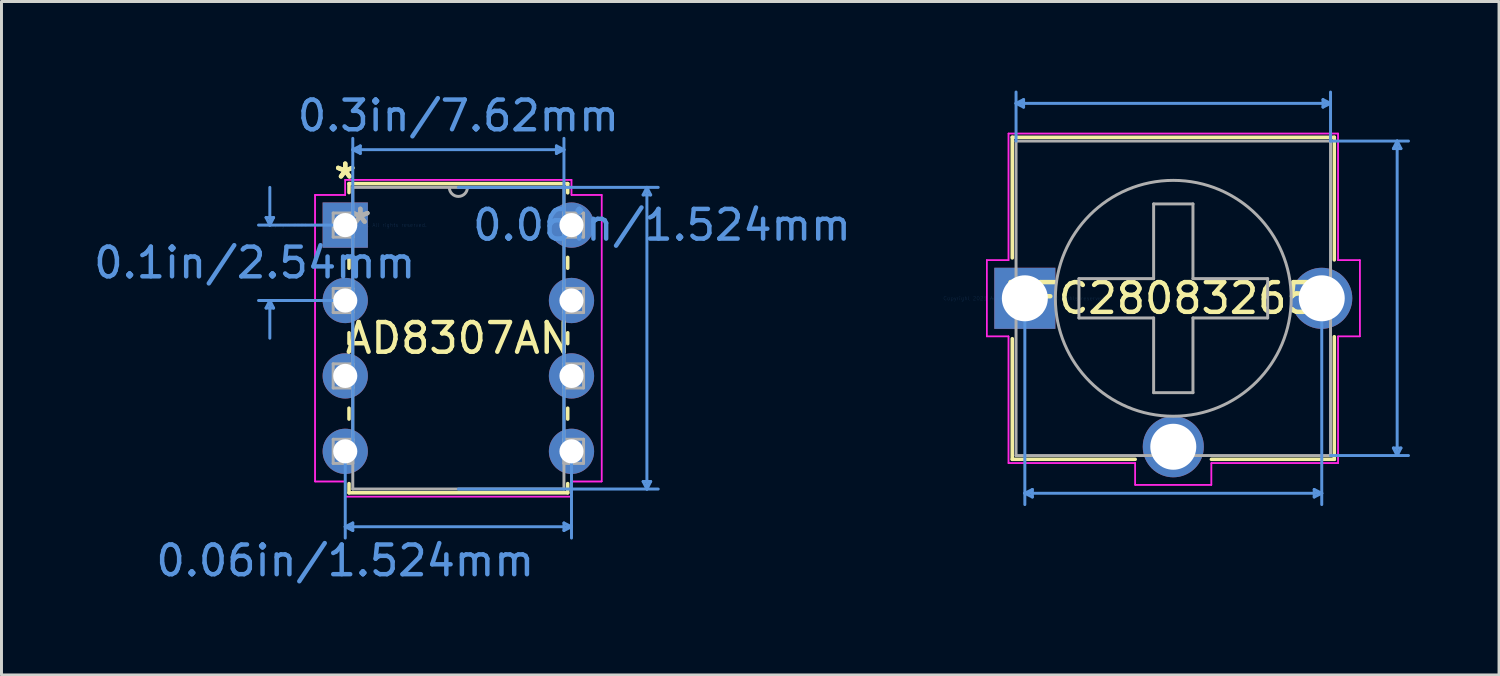
<source format=kicad_pcb>
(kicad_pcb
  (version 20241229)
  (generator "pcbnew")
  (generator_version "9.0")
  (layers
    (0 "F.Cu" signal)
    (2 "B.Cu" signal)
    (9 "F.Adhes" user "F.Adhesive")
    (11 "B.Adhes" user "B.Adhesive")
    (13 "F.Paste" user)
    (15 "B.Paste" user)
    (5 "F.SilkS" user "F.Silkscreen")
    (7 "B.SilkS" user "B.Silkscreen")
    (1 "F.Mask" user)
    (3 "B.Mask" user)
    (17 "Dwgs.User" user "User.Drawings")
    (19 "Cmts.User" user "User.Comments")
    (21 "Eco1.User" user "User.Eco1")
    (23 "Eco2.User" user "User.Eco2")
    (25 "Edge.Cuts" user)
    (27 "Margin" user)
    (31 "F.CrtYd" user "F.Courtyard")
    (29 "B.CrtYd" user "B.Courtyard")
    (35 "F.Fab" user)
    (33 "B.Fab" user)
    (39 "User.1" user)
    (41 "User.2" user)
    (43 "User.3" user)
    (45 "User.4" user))
  (footprint "BFC280832659"
    (layer "F.Cu")
    (at 31.467 6.997)
    (property "Reference" "BFC280832659" (at 5 0 0) (layer "F.SilkS") (effects (font (size 1 1) (thickness 0.15))))
    (attr through_hole)
    (fp_line (start -0.423 -5.423) (end -0.423 -1.361) (stroke (width 0.12) (type solid)) (layer "F.SilkS"))
    (fp_line (start -0.423 1.361) (end -0.423 5.423) (stroke (width 0.12) (type solid)) (layer "F.SilkS"))
    (fp_line (start -0.423 5.423) (end 3.717 5.423) (stroke (width 0.12) (type solid)) (layer "F.SilkS"))
    (fp_line (start 10.423 -5.423) (end -0.423 -5.423) (stroke (width 0.12) (type solid)) (layer "F.SilkS"))
    (fp_line (start 10.423 -1.294) (end 10.423 -5.423) (stroke (width 0.12) (type solid)) (layer "F.SilkS"))
    (fp_line (start 10.423 5.423) (end 6.283 5.423) (stroke (width 0.12) (type solid)) (layer "F.SilkS"))
    (fp_line (start 10.423 5.423) (end 10.423 1.294) (stroke (width 0.12) (type solid)) (layer "F.SilkS"))
    (fp_line (start -0.296 -6.566) (end -0.042 -6.693) (stroke (width 0.1) (type solid)) (layer "Cmts.User"))
    (fp_line (start -0.296 -6.566) (end -0.042 -6.439) (stroke (width 0.1) (type solid)) (layer "Cmts.User"))
    (fp_line (start -0.296 -6.566) (end 10.296 -6.566) (stroke (width 0.1) (type solid)) (layer "Cmts.User"))
    (fp_line (start -0.296 -5.296) (end -0.296 -6.947) (stroke (width 0.1) (type solid)) (layer "Cmts.User"))
    (fp_line (start -0.042 -6.693) (end -0.042 -6.439) (stroke (width 0.1) (type solid)) (layer "Cmts.User"))
    (fp_line (start 0 0) (end 0 6.947) (stroke (width 0.1) (type solid)) (layer "Cmts.User"))
    (fp_line (start 0 6.566) (end 0.254 6.439) (stroke (width 0.1) (type solid)) (layer "Cmts.User"))
    (fp_line (start 0 6.566) (end 0.254 6.693) (stroke (width 0.1) (type solid)) (layer "Cmts.User"))
    (fp_line (start 0 6.566) (end 10 6.566) (stroke (width 0.1) (type solid)) (layer "Cmts.User"))
    (fp_line (start 0.254 6.439) (end 0.254 6.693) (stroke (width 0.1) (type solid)) (layer "Cmts.User"))
    (fp_line (start 9.746 6.439) (end 9.746 6.693) (stroke (width 0.1) (type solid)) (layer "Cmts.User"))
    (fp_line (start 10 0) (end 10 6.947) (stroke (width 0.1) (type solid)) (layer "Cmts.User"))
    (fp_line (start 10 6.566) (end 9.746 6.439) (stroke (width 0.1) (type solid)) (layer "Cmts.User"))
    (fp_line (start 10 6.566) (end 9.746 6.693) (stroke (width 0.1) (type solid)) (layer "Cmts.User"))
    (fp_line (start 10.042 -6.693) (end 10.042 -6.439) (stroke (width 0.1) (type solid)) (layer "Cmts.User"))
    (fp_line (start 10.296 -6.566) (end 10.042 -6.693) (stroke (width 0.1) (type solid)) (layer "Cmts.User"))
    (fp_line (start 10.296 -6.566) (end 10.042 -6.439) (stroke (width 0.1) (type solid)) (layer "Cmts.User"))
    (fp_line (start 10.296 -5.296) (end 10.296 -6.947) (stroke (width 0.1) (type solid)) (layer "Cmts.User"))
    (fp_line (start 10.296 -5.296) (end 12.921 -5.296) (stroke (width 0.1) (type solid)) (layer "Cmts.User"))
    (fp_line (start 10.296 5.296) (end 12.921 5.296) (stroke (width 0.1) (type solid)) (layer "Cmts.User"))
    (fp_line (start 12.413 -5.042) (end 12.667 -5.042) (stroke (width 0.1) (type solid)) (layer "Cmts.User"))
    (fp_line (start 12.413 5.042) (end 12.667 5.042) (stroke (width 0.1) (type solid)) (layer "Cmts.User"))
    (fp_line (start 12.54 -5.296) (end 12.413 -5.042) (stroke (width 0.1) (type solid)) (layer "Cmts.User"))
    (fp_line (start 12.54 -5.296) (end 12.54 5.296) (stroke (width 0.1) (type solid)) (layer "Cmts.User"))
    (fp_line (start 12.54 -5.296) (end 12.667 -5.042) (stroke (width 0.1) (type solid)) (layer "Cmts.User"))
    (fp_line (start 12.54 5.296) (end 12.413 5.042) (stroke (width 0.1) (type solid)) (layer "Cmts.User"))
    (fp_line (start 12.54 5.296) (end 12.667 5.042) (stroke (width 0.1) (type solid)) (layer "Cmts.User"))
    (fp_line (start -1.283 -1.283) (end -1.283 1.283) (stroke (width 0.05) (type solid)) (layer "F.CrtYd"))
    (fp_line (start -1.283 -1.283) (end -1.283 1.283) (stroke (width 0.05) (type solid)) (layer "F.CrtYd"))
    (fp_line (start -1.283 1.283) (end -0.55 1.283) (stroke (width 0.05) (type solid)) (layer "F.CrtYd"))
    (fp_line (start -1.283 1.283) (end -0.55 1.283) (stroke (width 0.05) (type solid)) (layer "F.CrtYd"))
    (fp_line (start -0.55 -5.55) (end -0.55 -1.283) (stroke (width 0.05) (type solid)) (layer "F.CrtYd"))
    (fp_line (start -0.55 -5.55) (end -0.55 -1.283) (stroke (width 0.05) (type solid)) (layer "F.CrtYd"))
    (fp_line (start -0.55 -1.283) (end -1.283 -1.283) (stroke (width 0.05) (type solid)) (layer "F.CrtYd"))
    (fp_line (start -0.55 -1.283) (end -1.283 -1.283) (stroke (width 0.05) (type solid)) (layer "F.CrtYd"))
    (fp_line (start -0.55 1.283) (end -0.55 5.55) (stroke (width 0.05) (type solid)) (layer "F.CrtYd"))
    (fp_line (start -0.55 1.283) (end -0.55 5.55) (stroke (width 0.05) (type solid)) (layer "F.CrtYd"))
    (fp_line (start -0.55 5.55) (end 3.717 5.55) (stroke (width 0.05) (type solid)) (layer "F.CrtYd"))
    (fp_line (start -0.55 5.55) (end 3.717 5.55) (stroke (width 0.05) (type solid)) (layer "F.CrtYd"))
    (fp_line (start 3.717 5.55) (end 3.717 6.283) (stroke (width 0.05) (type solid)) (layer "F.CrtYd"))
    (fp_line (start 3.717 5.55) (end 3.717 6.283) (stroke (width 0.05) (type solid)) (layer "F.CrtYd"))
    (fp_line (start 3.717 6.283) (end 6.283 6.283) (stroke (width 0.05) (type solid)) (layer "F.CrtYd"))
    (fp_line (start 3.717 6.283) (end 6.283 6.283) (stroke (width 0.05) (type solid)) (layer "F.CrtYd"))
    (fp_line (start 6.283 5.55) (end 10.55 5.55) (stroke (width 0.05) (type solid)) (layer "F.CrtYd"))
    (fp_line (start 6.283 5.55) (end 10.55 5.55) (stroke (width 0.05) (type solid)) (layer "F.CrtYd"))
    (fp_line (start 6.283 6.283) (end 6.283 5.55) (stroke (width 0.05) (type solid)) (layer "F.CrtYd"))
    (fp_line (start 6.283 6.283) (end 6.283 5.55) (stroke (width 0.05) (type solid)) (layer "F.CrtYd"))
    (fp_line (start 10.55 -5.55) (end -0.55 -5.55) (stroke (width 0.05) (type solid)) (layer "F.CrtYd"))
    (fp_line (start 10.55 -5.55) (end -0.55 -5.55) (stroke (width 0.05) (type solid)) (layer "F.CrtYd"))
    (fp_line (start 10.55 -1.283) (end 10.55 -5.55) (stroke (width 0.05) (type solid)) (layer "F.CrtYd"))
    (fp_line (start 10.55 -1.283) (end 10.55 -5.55) (stroke (width 0.05) (type solid)) (layer "F.CrtYd"))
    (fp_line (start 10.55 1.283) (end 11.283 1.283) (stroke (width 0.05) (type solid)) (layer "F.CrtYd"))
    (fp_line (start 10.55 1.283) (end 11.283 1.283) (stroke (width 0.05) (type solid)) (layer "F.CrtYd"))
    (fp_line (start 10.55 5.55) (end 10.55 1.283) (stroke (width 0.05) (type solid)) (layer "F.CrtYd"))
    (fp_line (start 10.55 5.55) (end 10.55 1.283) (stroke (width 0.05) (type solid)) (layer "F.CrtYd"))
    (fp_line (start 11.283 -1.283) (end 10.55 -1.283) (stroke (width 0.05) (type solid)) (layer "F.CrtYd"))
    (fp_line (start 11.283 -1.283) (end 10.55 -1.283) (stroke (width 0.05) (type solid)) (layer "F.CrtYd"))
    (fp_line (start 11.283 1.283) (end 11.283 -1.283) (stroke (width 0.05) (type solid)) (layer "F.CrtYd"))
    (fp_line (start 11.283 1.283) (end 11.283 -1.283) (stroke (width 0.05) (type solid)) (layer "F.CrtYd"))
    (fp_line (start -0.296 -5.296) (end -0.296 5.296) (stroke (width 0.1) (type solid)) (layer "F.Fab"))
    (fp_line (start -0.296 5.296) (end 10.296 5.296) (stroke (width 0.1) (type solid)) (layer "F.Fab"))
    (fp_line (start -0.254 0) (end 0.254 0) (stroke (width 0.1) (type solid)) (layer "F.Fab"))
    (fp_line (start 0 0.254) (end 0 -0.254) (stroke (width 0.1) (type solid)) (layer "F.Fab"))
    (fp_line (start 1.822 -0.662) (end 1.822 0.662) (stroke (width 0.1) (type solid)) (layer "F.Fab"))
    (fp_line (start 4.338 -3.178) (end 4.338 -0.662) (stroke (width 0.1) (type solid)) (layer "F.Fab"))
    (fp_line (start 4.338 -3.178) (end 5.662 -3.178) (stroke (width 0.1) (type solid)) (layer "F.Fab"))
    (fp_line (start 4.338 -0.662) (end 1.822 -0.662) (stroke (width 0.1) (type solid)) (layer "F.Fab"))
    (fp_line (start 4.338 0.662) (end 1.822 0.662) (stroke (width 0.1) (type solid)) (layer "F.Fab"))
    (fp_line (start 4.338 3.178) (end 4.338 0.662) (stroke (width 0.1) (type solid)) (layer "F.Fab"))
    (fp_line (start 4.338 3.178) (end 5.662 3.178) (stroke (width 0.1) (type solid)) (layer "F.Fab"))
    (fp_line (start 5.662 -3.178) (end 5.662 -0.662) (stroke (width 0.1) (type solid)) (layer "F.Fab"))
    (fp_line (start 5.662 -0.662) (end 8.178 -0.662) (stroke (width 0.1) (type solid)) (layer "F.Fab"))
    (fp_line (start 5.662 0.662) (end 8.178 0.662) (stroke (width 0.1) (type solid)) (layer "F.Fab"))
    (fp_line (start 5.662 3.178) (end 5.662 0.662) (stroke (width 0.1) (type solid)) (layer "F.Fab"))
    (fp_line (start 8.178 -0.662) (end 8.178 0.662) (stroke (width 0.1) (type solid)) (layer "F.Fab"))
    (fp_line (start 10.296 -5.296) (end -0.296 -5.296) (stroke (width 0.1) (type solid)) (layer "F.Fab"))
    (fp_line (start 10.296 5.296) (end 10.296 -5.296) (stroke (width 0.1) (type solid)) (layer "F.Fab"))
    (fp_circle (center 0.212 0) (end 0.212 0) (stroke (width 0.1) (type solid)) (fill no) (layer "F.Fab"))
    (fp_circle (center 5 0) (end 8.972 0) (stroke (width 0.1) (type solid)) (fill no) (layer "F.Fab"))
    (fp_text user "*" (at 0 0 0) (layer "F.SilkS") (effects (font (size 1 1) (thickness 0.15))))
    (fp_text user "Copyright 2021 Accelerated Designs. All rights reserved." (at 0 0 0) (layer "Cmts.User") (effects (font (size 0.127 0.127) (thickness 0.002))))
    (fp_text user "*" (at 0 0 0) (layer "F.Fab") (effects (font (size 1 1) (thickness 0.15))))
    (pad "1" thru_hole rect (at 0 0) (size 2.057 2.057) (drill 1.549) (layers "*.Cu" "*.Mask"))
    (pad "2" thru_hole circle (at 10 0) (size 2.057 2.057) (drill 1.549) (layers "*.Cu" "*.Mask"))
    (pad "3" thru_hole circle (at 5 5) (size 2.057 2.057) (drill 1.549) (layers "*.Cu" "*.Mask")))
  (footprint "AD8307AN"
    (layer "F.Cu")
    (at 8.578 4.531)
    (property "Reference" "AD8307AN" (at 3.81 3.81 0) (layer "F.SilkS") (effects (font (size 1 1) (thickness 0.15))))
    (attr through_hole)
    (fp_line (start 0.127 -1.397) (end 0.127 -1.095) (stroke (width 0.12) (type solid)) (layer "F.SilkS"))
    (fp_line (start 0.127 1.095) (end 0.127 1.453) (stroke (width 0.12) (type solid)) (layer "F.SilkS"))
    (fp_line (start 0.127 3.627) (end 0.127 3.993) (stroke (width 0.12) (type solid)) (layer "F.SilkS"))
    (fp_line (start 0.127 6.167) (end 0.127 6.533) (stroke (width 0.12) (type solid)) (layer "F.SilkS"))
    (fp_line (start 0.127 8.707) (end 0.127 9.017) (stroke (width 0.12) (type solid)) (layer "F.SilkS"))
    (fp_line (start 0.127 9.017) (end 7.493 9.017) (stroke (width 0.12) (type solid)) (layer "F.SilkS"))
    (fp_line (start 7.493 -1.397) (end 0.127 -1.397) (stroke (width 0.12) (type solid)) (layer "F.SilkS"))
    (fp_line (start 7.493 -1.087) (end 7.493 -1.397) (stroke (width 0.12) (type solid)) (layer "F.SilkS"))
    (fp_line (start 7.493 1.453) (end 7.493 1.087) (stroke (width 0.12) (type solid)) (layer "F.SilkS"))
    (fp_line (start 7.493 3.993) (end 7.493 3.627) (stroke (width 0.12) (type solid)) (layer "F.SilkS"))
    (fp_line (start 7.493 6.533) (end 7.493 6.167) (stroke (width 0.12) (type solid)) (layer "F.SilkS"))
    (fp_line (start 7.493 9.017) (end 7.493 8.707) (stroke (width 0.12) (type solid)) (layer "F.SilkS"))
    (fp_line (start -2.667 -0.254) (end -2.413 -0.254) (stroke (width 0.1) (type solid)) (layer "Cmts.User"))
    (fp_line (start -2.667 2.794) (end -2.413 2.794) (stroke (width 0.1) (type solid)) (layer "Cmts.User"))
    (fp_line (start -2.54 0) (end -2.667 -0.254) (stroke (width 0.1) (type solid)) (layer "Cmts.User"))
    (fp_line (start -2.54 0) (end -2.54 -1.27) (stroke (width 0.1) (type solid)) (layer "Cmts.User"))
    (fp_line (start -2.54 0) (end -2.413 -0.254) (stroke (width 0.1) (type solid)) (layer "Cmts.User"))
    (fp_line (start -2.54 2.54) (end -2.667 2.794) (stroke (width 0.1) (type solid)) (layer "Cmts.User"))
    (fp_line (start -2.54 2.54) (end -2.54 3.81) (stroke (width 0.1) (type solid)) (layer "Cmts.User"))
    (fp_line (start -2.54 2.54) (end -2.413 2.794) (stroke (width 0.1) (type solid)) (layer "Cmts.User"))
    (fp_line (start 0 0) (end -2.921 0) (stroke (width 0.1) (type solid)) (layer "Cmts.User"))
    (fp_line (start 0 2.54) (end -2.921 2.54) (stroke (width 0.1) (type solid)) (layer "Cmts.User"))
    (fp_line (start 0 7.62) (end 0 10.541) (stroke (width 0.1) (type solid)) (layer "Cmts.User"))
    (fp_line (start 0 10.16) (end 0.254 10.033) (stroke (width 0.1) (type solid)) (layer "Cmts.User"))
    (fp_line (start 0 10.16) (end 0.254 10.287) (stroke (width 0.1) (type solid)) (layer "Cmts.User"))
    (fp_line (start 0 10.16) (end 7.62 10.16) (stroke (width 0.1) (type solid)) (layer "Cmts.User"))
    (fp_line (start 0.254 -2.54) (end 0.508 -2.667) (stroke (width 0.1) (type solid)) (layer "Cmts.User"))
    (fp_line (start 0.254 -2.54) (end 0.508 -2.413) (stroke (width 0.1) (type solid)) (layer "Cmts.User"))
    (fp_line (start 0.254 -2.54) (end 7.366 -2.54) (stroke (width 0.1) (type solid)) (layer "Cmts.User"))
    (fp_line (start 0.254 7.62) (end 0.254 -2.921) (stroke (width 0.1) (type solid)) (layer "Cmts.User"))
    (fp_line (start 0.254 10.033) (end 0.254 10.287) (stroke (width 0.1) (type solid)) (layer "Cmts.User"))
    (fp_line (start 0.508 -2.667) (end 0.508 -2.413) (stroke (width 0.1) (type solid)) (layer "Cmts.User"))
    (fp_line (start 3.81 -1.27) (end 10.541 -1.27) (stroke (width 0.1) (type solid)) (layer "Cmts.User"))
    (fp_line (start 3.81 8.89) (end 10.541 8.89) (stroke (width 0.1) (type solid)) (layer "Cmts.User"))
    (fp_line (start 7.112 -2.667) (end 7.112 -2.413) (stroke (width 0.1) (type solid)) (layer "Cmts.User"))
    (fp_line (start 7.366 -2.54) (end 7.112 -2.667) (stroke (width 0.1) (type solid)) (layer "Cmts.User"))
    (fp_line (start 7.366 -2.54) (end 7.112 -2.413) (stroke (width 0.1) (type solid)) (layer "Cmts.User"))
    (fp_line (start 7.366 7.62) (end 7.366 -2.921) (stroke (width 0.1) (type solid)) (layer "Cmts.User"))
    (fp_line (start 7.366 10.033) (end 7.366 10.287) (stroke (width 0.1) (type solid)) (layer "Cmts.User"))
    (fp_line (start 7.62 7.62) (end 7.62 10.541) (stroke (width 0.1) (type solid)) (layer "Cmts.User"))
    (fp_line (start 7.62 10.16) (end 7.366 10.033) (stroke (width 0.1) (type solid)) (layer "Cmts.User"))
    (fp_line (start 7.62 10.16) (end 7.366 10.287) (stroke (width 0.1) (type solid)) (layer "Cmts.User"))
    (fp_line (start 10.033 -1.016) (end 10.287 -1.016) (stroke (width 0.1) (type solid)) (layer "Cmts.User"))
    (fp_line (start 10.033 8.636) (end 10.287 8.636) (stroke (width 0.1) (type solid)) (layer "Cmts.User"))
    (fp_line (start 10.16 -1.27) (end 10.033 -1.016) (stroke (width 0.1) (type solid)) (layer "Cmts.User"))
    (fp_line (start 10.16 -1.27) (end 10.16 8.89) (stroke (width 0.1) (type solid)) (layer "Cmts.User"))
    (fp_line (start 10.16 -1.27) (end 10.287 -1.016) (stroke (width 0.1) (type solid)) (layer "Cmts.User"))
    (fp_line (start 10.16 8.89) (end 10.033 8.636) (stroke (width 0.1) (type solid)) (layer "Cmts.User"))
    (fp_line (start 10.16 8.89) (end 10.287 8.636) (stroke (width 0.1) (type solid)) (layer "Cmts.User"))
    (fp_line (start -1.016 -1.016) (end -1.016 8.636) (stroke (width 0.05) (type solid)) (layer "F.CrtYd"))
    (fp_line (start -1.016 -1.016) (end 0 -1.016) (stroke (width 0.05) (type solid)) (layer "F.CrtYd"))
    (fp_line (start -1.016 8.636) (end -1.016 -1.016) (stroke (width 0.05) (type solid)) (layer "F.CrtYd"))
    (fp_line (start -1.016 8.636) (end 0 8.636) (stroke (width 0.05) (type solid)) (layer "F.CrtYd"))
    (fp_line (start 0 -1.524) (end 0 -1.016) (stroke (width 0.05) (type solid)) (layer "F.CrtYd"))
    (fp_line (start 0 -1.524) (end 7.62 -1.524) (stroke (width 0.05) (type solid)) (layer "F.CrtYd"))
    (fp_line (start 0 -1.016) (end -1.016 -1.016) (stroke (width 0.05) (type solid)) (layer "F.CrtYd"))
    (fp_line (start 0 -1.016) (end 0 -1.524) (stroke (width 0.05) (type solid)) (layer "F.CrtYd"))
    (fp_line (start 0 8.636) (end -1.016 8.636) (stroke (width 0.05) (type solid)) (layer "F.CrtYd"))
    (fp_line (start 0 8.636) (end 0 9.144) (stroke (width 0.05) (type solid)) (layer "F.CrtYd"))
    (fp_line (start 0 9.144) (end 0 8.636) (stroke (width 0.05) (type solid)) (layer "F.CrtYd"))
    (fp_line (start 0 9.144) (end 7.62 9.144) (stroke (width 0.05) (type solid)) (layer "F.CrtYd"))
    (fp_line (start 7.62 -1.524) (end 0 -1.524) (stroke (width 0.05) (type solid)) (layer "F.CrtYd"))
    (fp_line (start 7.62 -1.524) (end 7.62 -1.016) (stroke (width 0.05) (type solid)) (layer "F.CrtYd"))
    (fp_line (start 7.62 -1.016) (end 7.62 -1.524) (stroke (width 0.05) (type solid)) (layer "F.CrtYd"))
    (fp_line (start 7.62 8.636) (end 7.62 9.144) (stroke (width 0.05) (type solid)) (layer "F.CrtYd"))
    (fp_line (start 7.62 8.636) (end 8.636 8.636) (stroke (width 0.05) (type solid)) (layer "F.CrtYd"))
    (fp_line (start 7.62 9.144) (end 0 9.144) (stroke (width 0.05) (type solid)) (layer "F.CrtYd"))
    (fp_line (start 7.62 9.144) (end 7.62 8.636) (stroke (width 0.05) (type solid)) (layer "F.CrtYd"))
    (fp_line (start 8.636 -1.016) (end 7.62 -1.016) (stroke (width 0.05) (type solid)) (layer "F.CrtYd"))
    (fp_line (start 8.636 -1.016) (end 7.62 -1.016) (stroke (width 0.05) (type solid)) (layer "F.CrtYd"))
    (fp_line (start 8.636 -1.016) (end 8.636 8.636) (stroke (width 0.05) (type solid)) (layer "F.CrtYd"))
    (fp_line (start 8.636 8.636) (end 7.62 8.636) (stroke (width 0.05) (type solid)) (layer "F.CrtYd"))
    (fp_line (start 8.636 8.636) (end 8.636 -1.016) (stroke (width 0.05) (type solid)) (layer "F.CrtYd"))
    (fp_line (start -0.406 -0.406) (end -0.406 0.406) (stroke (width 0.1) (type solid)) (layer "F.Fab"))
    (fp_line (start -0.406 0.406) (end 0.254 0.406) (stroke (width 0.1) (type solid)) (layer "F.Fab"))
    (fp_line (start -0.406 2.134) (end -0.406 2.946) (stroke (width 0.1) (type solid)) (layer "F.Fab"))
    (fp_line (start -0.406 2.946) (end 0.254 2.946) (stroke (width 0.1) (type solid)) (layer "F.Fab"))
    (fp_line (start -0.406 4.674) (end -0.406 5.486) (stroke (width 0.1) (type solid)) (layer "F.Fab"))
    (fp_line (start -0.406 5.486) (end 0.254 5.486) (stroke (width 0.1) (type solid)) (layer "F.Fab"))
    (fp_line (start -0.406 7.214) (end -0.406 8.026) (stroke (width 0.1) (type solid)) (layer "F.Fab"))
    (fp_line (start -0.406 8.026) (end 0.254 8.026) (stroke (width 0.1) (type solid)) (layer "F.Fab"))
    (fp_line (start 0.254 -1.27) (end 0.254 8.89) (stroke (width 0.1) (type solid)) (layer "F.Fab"))
    (fp_line (start 0.254 -0.406) (end -0.406 -0.406) (stroke (width 0.1) (type solid)) (layer "F.Fab"))
    (fp_line (start 0.254 0.406) (end 0.254 -0.406) (stroke (width 0.1) (type solid)) (layer "F.Fab"))
    (fp_line (start 0.254 2.134) (end -0.406 2.134) (stroke (width 0.1) (type solid)) (layer "F.Fab"))
    (fp_line (start 0.254 2.946) (end 0.254 2.134) (stroke (width 0.1) (type solid)) (layer "F.Fab"))
    (fp_line (start 0.254 4.674) (end -0.406 4.674) (stroke (width 0.1) (type solid)) (layer "F.Fab"))
    (fp_line (start 0.254 5.486) (end 0.254 4.674) (stroke (width 0.1) (type solid)) (layer "F.Fab"))
    (fp_line (start 0.254 7.214) (end -0.406 7.214) (stroke (width 0.1) (type solid)) (layer "F.Fab"))
    (fp_line (start 0.254 8.026) (end 0.254 7.214) (stroke (width 0.1) (type solid)) (layer "F.Fab"))
    (fp_line (start 0.254 8.89) (end 7.366 8.89) (stroke (width 0.1) (type solid)) (layer "F.Fab"))
    (fp_line (start 7.366 -1.27) (end 0.254 -1.27) (stroke (width 0.1) (type solid)) (layer "F.Fab"))
    (fp_line (start 7.366 -0.406) (end 7.366 0.406) (stroke (width 0.1) (type solid)) (layer "F.Fab"))
    (fp_line (start 7.366 0.406) (end 8.026 0.406) (stroke (width 0.1) (type solid)) (layer "F.Fab"))
    (fp_line (start 7.366 2.134) (end 7.366 2.946) (stroke (width 0.1) (type solid)) (layer "F.Fab"))
    (fp_line (start 7.366 2.946) (end 8.026 2.946) (stroke (width 0.1) (type solid)) (layer "F.Fab"))
    (fp_line (start 7.366 4.674) (end 7.366 5.486) (stroke (width 0.1) (type solid)) (layer "F.Fab"))
    (fp_line (start 7.366 5.486) (end 8.026 5.486) (stroke (width 0.1) (type solid)) (layer "F.Fab"))
    (fp_line (start 7.366 7.214) (end 7.366 8.026) (stroke (width 0.1) (type solid)) (layer "F.Fab"))
    (fp_line (start 7.366 8.026) (end 8.026 8.026) (stroke (width 0.1) (type solid)) (layer "F.Fab"))
    (fp_line (start 7.366 8.89) (end 7.366 -1.27) (stroke (width 0.1) (type solid)) (layer "F.Fab"))
    (fp_line (start 8.026 -0.406) (end 7.366 -0.406) (stroke (width 0.1) (type solid)) (layer "F.Fab"))
    (fp_line (start 8.026 0.406) (end 8.026 -0.406) (stroke (width 0.1) (type solid)) (layer "F.Fab"))
    (fp_line (start 8.026 2.134) (end 7.366 2.134) (stroke (width 0.1) (type solid)) (layer "F.Fab"))
    (fp_line (start 8.026 2.946) (end 8.026 2.134) (stroke (width 0.1) (type solid)) (layer "F.Fab"))
    (fp_line (start 8.026 4.674) (end 7.366 4.674) (stroke (width 0.1) (type solid)) (layer "F.Fab"))
    (fp_line (start 8.026 5.486) (end 8.026 4.674) (stroke (width 0.1) (type solid)) (layer "F.Fab"))
    (fp_line (start 8.026 7.214) (end 7.366 7.214) (stroke (width 0.1) (type solid)) (layer "F.Fab"))
    (fp_line (start 8.026 8.026) (end 8.026 7.214) (stroke (width 0.1) (type solid)) (layer "F.Fab"))
    (fp_arc (start 4.1148 -1.27) (mid 3.81 -0.9652) (end 3.5052 -1.27) (stroke (width 0.1) (type solid)) (layer "F.Fab"))
    (fp_text user "*" (at 0 -1.524 0) (layer "F.SilkS") (effects (font (size 1 1) (thickness 0.15))))
    (fp_text user "*" (at 0 -1.524 0) (layer "F.SilkS") (effects (font (size 1 1) (thickness 0.15))))
    (fp_text user "0.3in/7.62mm" (at 3.81 -3.683 0) (layer "Cmts.User") (effects (font (size 1 1) (thickness 0.15))))
    (fp_text user "0.06in/1.524mm" (at 0 11.303 0) (layer "Cmts.User") (effects (font (size 1 1) (thickness 0.15))))
    (fp_text user "0.06in/1.524mm" (at 10.668 0 0) (layer "Cmts.User") (effects (font (size 1 1) (thickness 0.15))))
    (fp_text user "Copyright 2021 Accelerated Designs. All rights reserved." (at 0 0 0) (layer "Cmts.User") (effects (font (size 0.127 0.127) (thickness 0.002))))
    (fp_text user "0.1in/2.54mm" (at -3.048 1.27 0) (layer "Cmts.User") (effects (font (size 1 1) (thickness 0.15))))
    (fp_text user "*" (at 0.508 0 0) (layer "F.Fab") (effects (font (size 1 1) (thickness 0.15))))
    (fp_text user "*" (at 0.508 0 0) (layer "F.Fab") (effects (font (size 1 1) (thickness 0.15))))
    (pad "1" thru_hole rect (at 0 0) (size 1.524 1.524) (drill 0.813) (layers "*.Cu" "*.Mask"))
    (pad "2" thru_hole circle (at 0 2.54) (size 1.524 1.524) (drill 0.813) (layers "*.Cu" "*.Mask"))
    (pad "3" thru_hole circle (at 0 5.08) (size 1.524 1.524) (drill 0.813) (layers "*.Cu" "*.Mask"))
    (pad "4" thru_hole circle (at 0 7.62) (size 1.524 1.524) (drill 0.813) (layers "*.Cu" "*.Mask"))
    (pad "5" thru_hole circle (at 7.62 7.62) (size 1.524 1.524) (drill 0.813) (layers "*.Cu" "*.Mask"))
    (pad "6" thru_hole circle (at 7.62 5.08) (size 1.524 1.524) (drill 0.813) (layers "*.Cu" "*.Mask"))
    (pad "7" thru_hole circle (at 7.62 2.54) (size 1.524 1.524) (drill 0.813) (layers "*.Cu" "*.Mask"))
    (pad "8" thru_hole circle (at 7.62 0) (size 1.524 1.524) (drill 0.813) (layers "*.Cu" "*.Mask")))
  (gr_rect
    (start -3 -3)
    (end 47.438 19.683)
    (stroke (width 0.1) (type default))
    (fill no)
    (layer "Edge.Cuts")))
</source>
